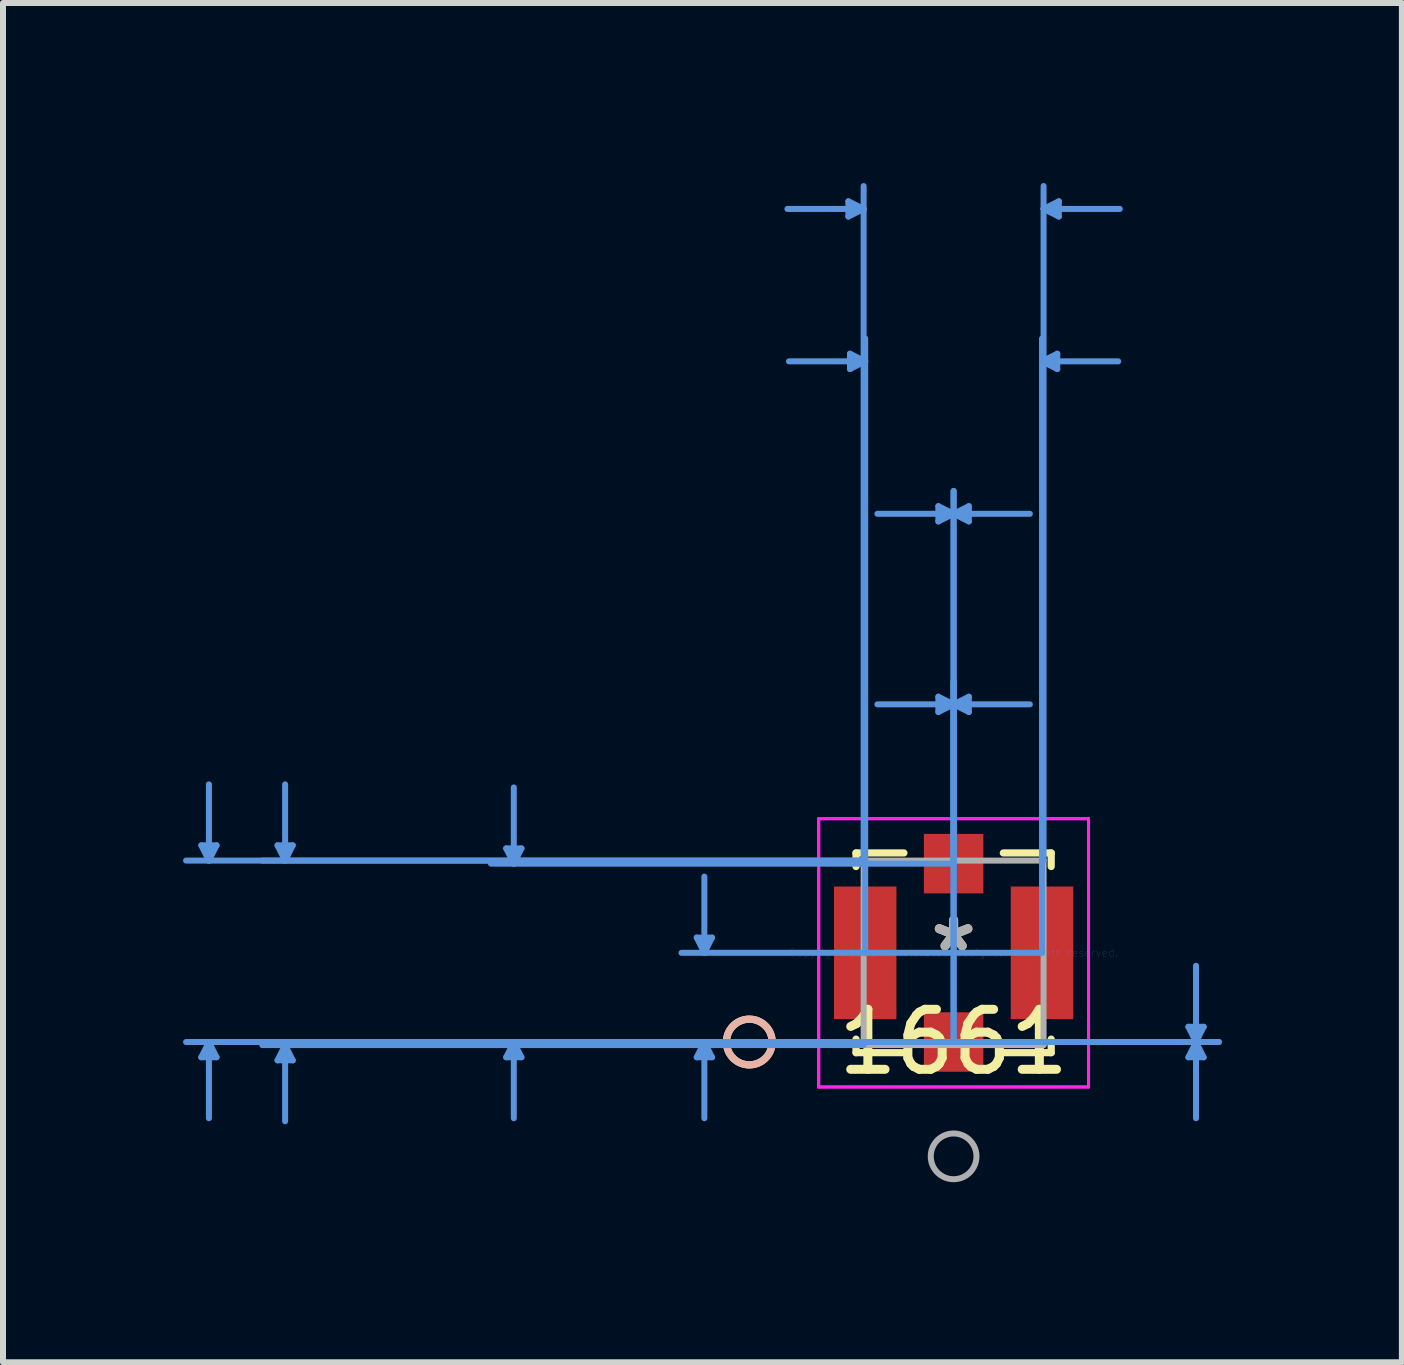
<source format=kicad_pcb>
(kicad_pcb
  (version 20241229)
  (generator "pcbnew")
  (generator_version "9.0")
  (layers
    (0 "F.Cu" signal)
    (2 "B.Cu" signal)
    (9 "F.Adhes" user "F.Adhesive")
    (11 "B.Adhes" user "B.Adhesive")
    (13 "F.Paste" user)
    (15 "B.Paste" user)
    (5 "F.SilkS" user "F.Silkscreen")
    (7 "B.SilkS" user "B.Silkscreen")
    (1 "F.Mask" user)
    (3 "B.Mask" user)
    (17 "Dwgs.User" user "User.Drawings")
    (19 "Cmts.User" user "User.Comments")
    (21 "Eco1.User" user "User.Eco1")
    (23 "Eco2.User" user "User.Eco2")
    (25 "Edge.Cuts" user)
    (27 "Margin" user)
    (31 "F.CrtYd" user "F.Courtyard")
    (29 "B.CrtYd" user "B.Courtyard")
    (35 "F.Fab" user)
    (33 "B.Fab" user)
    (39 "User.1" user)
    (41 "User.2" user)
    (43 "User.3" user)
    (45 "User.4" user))
  (footprint "1661"
    (layer "F.Cu")
    (at 12.839 12.826)
    (property "Reference" "1661" (at 0 1.486 0) (layer "F.SilkS") (effects (font (size 1 1) (thickness 0.15))))
    (attr through_hole)
    (fp_line (start -1.626 -1.664) (end -1.626 -1.438) (stroke (width 0.12) (type solid)) (layer "F.SilkS"))
    (fp_line (start -1.626 1.438) (end -1.626 1.664) (stroke (width 0.12) (type solid)) (layer "F.SilkS"))
    (fp_line (start -1.626 1.664) (end -0.828 1.664) (stroke (width 0.12) (type solid)) (layer "F.SilkS"))
    (fp_line (start -0.828 -1.664) (end -1.626 -1.664) (stroke (width 0.12) (type solid)) (layer "F.SilkS"))
    (fp_line (start 0.828 1.664) (end 1.626 1.664) (stroke (width 0.12) (type solid)) (layer "F.SilkS"))
    (fp_line (start 1.626 -1.664) (end 0.828 -1.664) (stroke (width 0.12) (type solid)) (layer "F.SilkS"))
    (fp_line (start 1.626 -1.438) (end 1.626 -1.664) (stroke (width 0.12) (type solid)) (layer "F.SilkS"))
    (fp_line (start 1.626 1.664) (end 1.626 1.438) (stroke (width 0.12) (type solid)) (layer "F.SilkS"))
    (fp_circle (center -3.404 1.486) (end -3.023 1.486) (stroke (width 0.12) (type solid)) (fill no) (layer "F.SilkS"))
    (fp_circle (center -3.404 1.486) (end -3.023 1.486) (stroke (width 0.12) (type solid)) (fill no) (layer "B.SilkS"))
    (fp_line (start -12.535 -1.791) (end -12.281 -1.791) (stroke (width 0.1) (type solid)) (layer "Cmts.User"))
    (fp_line (start -12.535 1.74) (end -12.281 1.74) (stroke (width 0.1) (type solid)) (layer "Cmts.User"))
    (fp_line (start -12.408 -1.537) (end -12.535 -1.791) (stroke (width 0.1) (type solid)) (layer "Cmts.User"))
    (fp_line (start -12.408 -1.537) (end -12.408 -2.807) (stroke (width 0.1) (type solid)) (layer "Cmts.User"))
    (fp_line (start -12.408 -1.537) (end -12.281 -1.791) (stroke (width 0.1) (type solid)) (layer "Cmts.User"))
    (fp_line (start -12.408 1.486) (end -12.535 1.74) (stroke (width 0.1) (type solid)) (layer "Cmts.User"))
    (fp_line (start -12.408 1.486) (end -12.408 2.756) (stroke (width 0.1) (type solid)) (layer "Cmts.User"))
    (fp_line (start -12.408 1.486) (end -12.281 1.74) (stroke (width 0.1) (type solid)) (layer "Cmts.User"))
    (fp_line (start -11.265 -1.791) (end -11.011 -1.791) (stroke (width 0.1) (type solid)) (layer "Cmts.User"))
    (fp_line (start -11.265 1.791) (end -11.011 1.791) (stroke (width 0.1) (type solid)) (layer "Cmts.User"))
    (fp_line (start -11.138 -1.537) (end -11.265 -1.791) (stroke (width 0.1) (type solid)) (layer "Cmts.User"))
    (fp_line (start -11.138 -1.537) (end -11.138 -2.807) (stroke (width 0.1) (type solid)) (layer "Cmts.User"))
    (fp_line (start -11.138 -1.537) (end -11.011 -1.791) (stroke (width 0.1) (type solid)) (layer "Cmts.User"))
    (fp_line (start -11.138 1.537) (end -11.265 1.791) (stroke (width 0.1) (type solid)) (layer "Cmts.User"))
    (fp_line (start -11.138 1.537) (end -11.138 2.807) (stroke (width 0.1) (type solid)) (layer "Cmts.User"))
    (fp_line (start -11.138 1.537) (end -11.011 1.791) (stroke (width 0.1) (type solid)) (layer "Cmts.User"))
    (fp_line (start -7.455 -1.74) (end -7.201 -1.74) (stroke (width 0.1) (type solid)) (layer "Cmts.User"))
    (fp_line (start -7.455 1.74) (end -7.201 1.74) (stroke (width 0.1) (type solid)) (layer "Cmts.User"))
    (fp_line (start -7.328 -1.486) (end -7.455 -1.74) (stroke (width 0.1) (type solid)) (layer "Cmts.User"))
    (fp_line (start -7.328 -1.486) (end -7.328 -2.756) (stroke (width 0.1) (type solid)) (layer "Cmts.User"))
    (fp_line (start -7.328 -1.486) (end -7.201 -1.74) (stroke (width 0.1) (type solid)) (layer "Cmts.User"))
    (fp_line (start -7.328 1.486) (end -7.455 1.74) (stroke (width 0.1) (type solid)) (layer "Cmts.User"))
    (fp_line (start -7.328 1.486) (end -7.328 2.756) (stroke (width 0.1) (type solid)) (layer "Cmts.User"))
    (fp_line (start -7.328 1.486) (end -7.201 1.74) (stroke (width 0.1) (type solid)) (layer "Cmts.User"))
    (fp_line (start -4.28 -0.254) (end -4.026 -0.254) (stroke (width 0.1) (type solid)) (layer "Cmts.User"))
    (fp_line (start -4.28 1.74) (end -4.026 1.74) (stroke (width 0.1) (type solid)) (layer "Cmts.User"))
    (fp_line (start -4.153 0) (end -4.28 -0.254) (stroke (width 0.1) (type solid)) (layer "Cmts.User"))
    (fp_line (start -4.153 0) (end -4.153 -1.27) (stroke (width 0.1) (type solid)) (layer "Cmts.User"))
    (fp_line (start -4.153 0) (end -4.026 -0.254) (stroke (width 0.1) (type solid)) (layer "Cmts.User"))
    (fp_line (start -4.153 1.486) (end -4.28 1.74) (stroke (width 0.1) (type solid)) (layer "Cmts.User"))
    (fp_line (start -4.153 1.486) (end -4.153 2.756) (stroke (width 0.1) (type solid)) (layer "Cmts.User"))
    (fp_line (start -4.153 1.486) (end -4.026 1.74) (stroke (width 0.1) (type solid)) (layer "Cmts.User"))
    (fp_line (start -1.753 -12.522) (end -1.753 -12.268) (stroke (width 0.1) (type solid)) (layer "Cmts.User"))
    (fp_line (start -1.727 -9.982) (end -1.727 -9.728) (stroke (width 0.1) (type solid)) (layer "Cmts.User"))
    (fp_line (start -1.499 -12.395) (end -2.769 -12.395) (stroke (width 0.1) (type solid)) (layer "Cmts.User"))
    (fp_line (start -1.499 -12.395) (end -1.753 -12.522) (stroke (width 0.1) (type solid)) (layer "Cmts.User"))
    (fp_line (start -1.499 -12.395) (end -1.753 -12.268) (stroke (width 0.1) (type solid)) (layer "Cmts.User"))
    (fp_line (start -1.499 -1.537) (end -12.789 -1.537) (stroke (width 0.1) (type solid)) (layer "Cmts.User"))
    (fp_line (start -1.499 -1.537) (end -11.519 -1.537) (stroke (width 0.1) (type solid)) (layer "Cmts.User"))
    (fp_line (start -1.499 -1.537) (end -1.499 -12.776) (stroke (width 0.1) (type solid)) (layer "Cmts.User"))
    (fp_line (start -1.499 1.537) (end -11.519 1.537) (stroke (width 0.1) (type solid)) (layer "Cmts.User"))
    (fp_line (start -1.473 -9.855) (end -2.743 -9.855) (stroke (width 0.1) (type solid)) (layer "Cmts.User"))
    (fp_line (start -1.473 -9.855) (end -1.727 -9.982) (stroke (width 0.1) (type solid)) (layer "Cmts.User"))
    (fp_line (start -1.473 -9.855) (end -1.727 -9.728) (stroke (width 0.1) (type solid)) (layer "Cmts.User"))
    (fp_line (start -1.473 0) (end -1.473 -10.236) (stroke (width 0.1) (type solid)) (layer "Cmts.User"))
    (fp_line (start -0.254 -7.442) (end -0.254 -7.188) (stroke (width 0.1) (type solid)) (layer "Cmts.User"))
    (fp_line (start -0.254 -4.267) (end -0.254 -4.013) (stroke (width 0.1) (type solid)) (layer "Cmts.User"))
    (fp_line (start 0 -7.315) (end -1.27 -7.315) (stroke (width 0.1) (type solid)) (layer "Cmts.User"))
    (fp_line (start 0 -7.315) (end -0.254 -7.442) (stroke (width 0.1) (type solid)) (layer "Cmts.User"))
    (fp_line (start 0 -7.315) (end -0.254 -7.188) (stroke (width 0.1) (type solid)) (layer "Cmts.User"))
    (fp_line (start 0 -7.315) (end 0.254 -7.442) (stroke (width 0.1) (type solid)) (layer "Cmts.User"))
    (fp_line (start 0 -7.315) (end 0.254 -7.188) (stroke (width 0.1) (type solid)) (layer "Cmts.User"))
    (fp_line (start 0 -7.315) (end 1.27 -7.315) (stroke (width 0.1) (type solid)) (layer "Cmts.User"))
    (fp_line (start 0 -4.14) (end -1.27 -4.14) (stroke (width 0.1) (type solid)) (layer "Cmts.User"))
    (fp_line (start 0 -4.14) (end -0.254 -4.267) (stroke (width 0.1) (type solid)) (layer "Cmts.User"))
    (fp_line (start 0 -4.14) (end -0.254 -4.013) (stroke (width 0.1) (type solid)) (layer "Cmts.User"))
    (fp_line (start 0 -4.14) (end 0.254 -4.267) (stroke (width 0.1) (type solid)) (layer "Cmts.User"))
    (fp_line (start 0 -4.14) (end 0.254 -4.013) (stroke (width 0.1) (type solid)) (layer "Cmts.User"))
    (fp_line (start 0 -4.14) (end 1.27 -4.14) (stroke (width 0.1) (type solid)) (layer "Cmts.User"))
    (fp_line (start 0 -1.486) (end -7.709 -1.486) (stroke (width 0.1) (type solid)) (layer "Cmts.User"))
    (fp_line (start 0 -1.486) (end 0 -7.696) (stroke (width 0.1) (type solid)) (layer "Cmts.User"))
    (fp_line (start 0 -1.486) (end 0 -7.696) (stroke (width 0.1) (type solid)) (layer "Cmts.User"))
    (fp_line (start 0 1.486) (end -12.789 1.486) (stroke (width 0.1) (type solid)) (layer "Cmts.User"))
    (fp_line (start 0 1.486) (end -7.709 1.486) (stroke (width 0.1) (type solid)) (layer "Cmts.User"))
    (fp_line (start 0 1.486) (end -4.534 1.486) (stroke (width 0.1) (type solid)) (layer "Cmts.User"))
    (fp_line (start 0 1.486) (end 0 -4.521) (stroke (width 0.1) (type solid)) (layer "Cmts.User"))
    (fp_line (start 0 1.486) (end 0 -4.521) (stroke (width 0.1) (type solid)) (layer "Cmts.User"))
    (fp_line (start 0 1.486) (end 4.42 1.486) (stroke (width 0.1) (type solid)) (layer "Cmts.User"))
    (fp_line (start 0 1.486) (end 4.42 1.486) (stroke (width 0.1) (type solid)) (layer "Cmts.User"))
    (fp_line (start 0.254 -7.442) (end 0.254 -7.188) (stroke (width 0.1) (type solid)) (layer "Cmts.User"))
    (fp_line (start 0.254 -4.267) (end 0.254 -4.013) (stroke (width 0.1) (type solid)) (layer "Cmts.User"))
    (fp_line (start 1.473 -9.855) (end 1.727 -9.982) (stroke (width 0.1) (type solid)) (layer "Cmts.User"))
    (fp_line (start 1.473 -9.855) (end 1.727 -9.728) (stroke (width 0.1) (type solid)) (layer "Cmts.User"))
    (fp_line (start 1.473 -9.855) (end 2.743 -9.855) (stroke (width 0.1) (type solid)) (layer "Cmts.User"))
    (fp_line (start 1.473 0) (end -4.534 0) (stroke (width 0.1) (type solid)) (layer "Cmts.User"))
    (fp_line (start 1.473 0) (end 1.473 -10.236) (stroke (width 0.1) (type solid)) (layer "Cmts.User"))
    (fp_line (start 1.499 -12.395) (end 1.753 -12.522) (stroke (width 0.1) (type solid)) (layer "Cmts.User"))
    (fp_line (start 1.499 -12.395) (end 1.753 -12.268) (stroke (width 0.1) (type solid)) (layer "Cmts.User"))
    (fp_line (start 1.499 -12.395) (end 2.769 -12.395) (stroke (width 0.1) (type solid)) (layer "Cmts.User"))
    (fp_line (start 1.499 -1.537) (end 1.499 -12.776) (stroke (width 0.1) (type solid)) (layer "Cmts.User"))
    (fp_line (start 1.727 -9.982) (end 1.727 -9.728) (stroke (width 0.1) (type solid)) (layer "Cmts.User"))
    (fp_line (start 1.753 -12.522) (end 1.753 -12.268) (stroke (width 0.1) (type solid)) (layer "Cmts.User"))
    (fp_line (start 3.912 1.232) (end 4.166 1.232) (stroke (width 0.1) (type solid)) (layer "Cmts.User"))
    (fp_line (start 3.912 1.74) (end 4.166 1.74) (stroke (width 0.1) (type solid)) (layer "Cmts.User"))
    (fp_line (start 4.039 1.486) (end 3.912 1.232) (stroke (width 0.1) (type solid)) (layer "Cmts.User"))
    (fp_line (start 4.039 1.486) (end 3.912 1.74) (stroke (width 0.1) (type solid)) (layer "Cmts.User"))
    (fp_line (start 4.039 1.486) (end 4.039 0.216) (stroke (width 0.1) (type solid)) (layer "Cmts.User"))
    (fp_line (start 4.039 1.486) (end 4.039 2.756) (stroke (width 0.1) (type solid)) (layer "Cmts.User"))
    (fp_line (start 4.039 1.486) (end 4.166 1.232) (stroke (width 0.1) (type solid)) (layer "Cmts.User"))
    (fp_line (start 4.039 1.486) (end 4.166 1.74) (stroke (width 0.1) (type solid)) (layer "Cmts.User"))
    (fp_line (start -2.248 -2.235) (end -2.248 2.235) (stroke (width 0.05) (type solid)) (layer "F.CrtYd"))
    (fp_line (start -2.248 -2.235) (end -2.248 2.235) (stroke (width 0.05) (type solid)) (layer "F.CrtYd"))
    (fp_line (start -2.248 2.235) (end 2.248 2.235) (stroke (width 0.05) (type solid)) (layer "F.CrtYd"))
    (fp_line (start -2.248 2.235) (end 2.248 2.235) (stroke (width 0.05) (type solid)) (layer "F.CrtYd"))
    (fp_line (start 2.248 -2.235) (end -2.248 -2.235) (stroke (width 0.05) (type solid)) (layer "F.CrtYd"))
    (fp_line (start 2.248 -2.235) (end -2.248 -2.235) (stroke (width 0.05) (type solid)) (layer "F.CrtYd"))
    (fp_line (start 2.248 2.235) (end 2.248 -2.235) (stroke (width 0.05) (type solid)) (layer "F.CrtYd"))
    (fp_line (start 2.248 2.235) (end 2.248 -2.235) (stroke (width 0.05) (type solid)) (layer "F.CrtYd"))
    (fp_line (start -1.499 -1.537) (end -1.499 1.537) (stroke (width 0.1) (type solid)) (layer "F.Fab"))
    (fp_line (start -1.499 1.537) (end 1.499 1.537) (stroke (width 0.1) (type solid)) (layer "F.Fab"))
    (fp_line (start 1.499 -1.537) (end -1.499 -1.537) (stroke (width 0.1) (type solid)) (layer "F.Fab"))
    (fp_line (start 1.499 1.537) (end 1.499 -1.537) (stroke (width 0.1) (type solid)) (layer "F.Fab"))
    (fp_circle (center 0 3.391) (end 0.381 3.391) (stroke (width 0.1) (type solid)) (fill no) (layer "F.Fab"))
    (fp_text user "*" (at 0 0 0) (layer "F.SilkS") (effects (font (size 1 1) (thickness 0.15))))
    (fp_text user "Copyright 2021 Accelerated Designs. All rights reserved." (at 0 0 0) (layer "Cmts.User") (effects (font (size 0.127 0.127) (thickness 0.002))))
    (fp_text user "*" (at 0 0 0) (layer "F.Fab") (effects (font (size 1 1) (thickness 0.15))))
    (pad "1" smd rect (at 0 1.486) (size 0.991 0.991) (layers "F.Cu" "F.Mask" "F.Paste"))
    (pad "2" smd rect (at -1.473 0) (size 1.041 2.21) (layers "F.Cu" "F.Mask" "F.Paste"))
    (pad "3" smd rect (at 1.473 0) (size 1.041 2.21) (layers "F.Cu" "F.Mask" "F.Paste"))
    (pad "4" smd rect (at 0 -1.486) (size 0.991 0.991) (layers "F.Cu" "F.Mask" "F.Paste")))
  (gr_rect
    (start -3 -3)
    (end 20.308 19.648)
    (stroke (width 0.1) (type default))
    (fill no)
    (layer "Edge.Cuts")))
</source>
